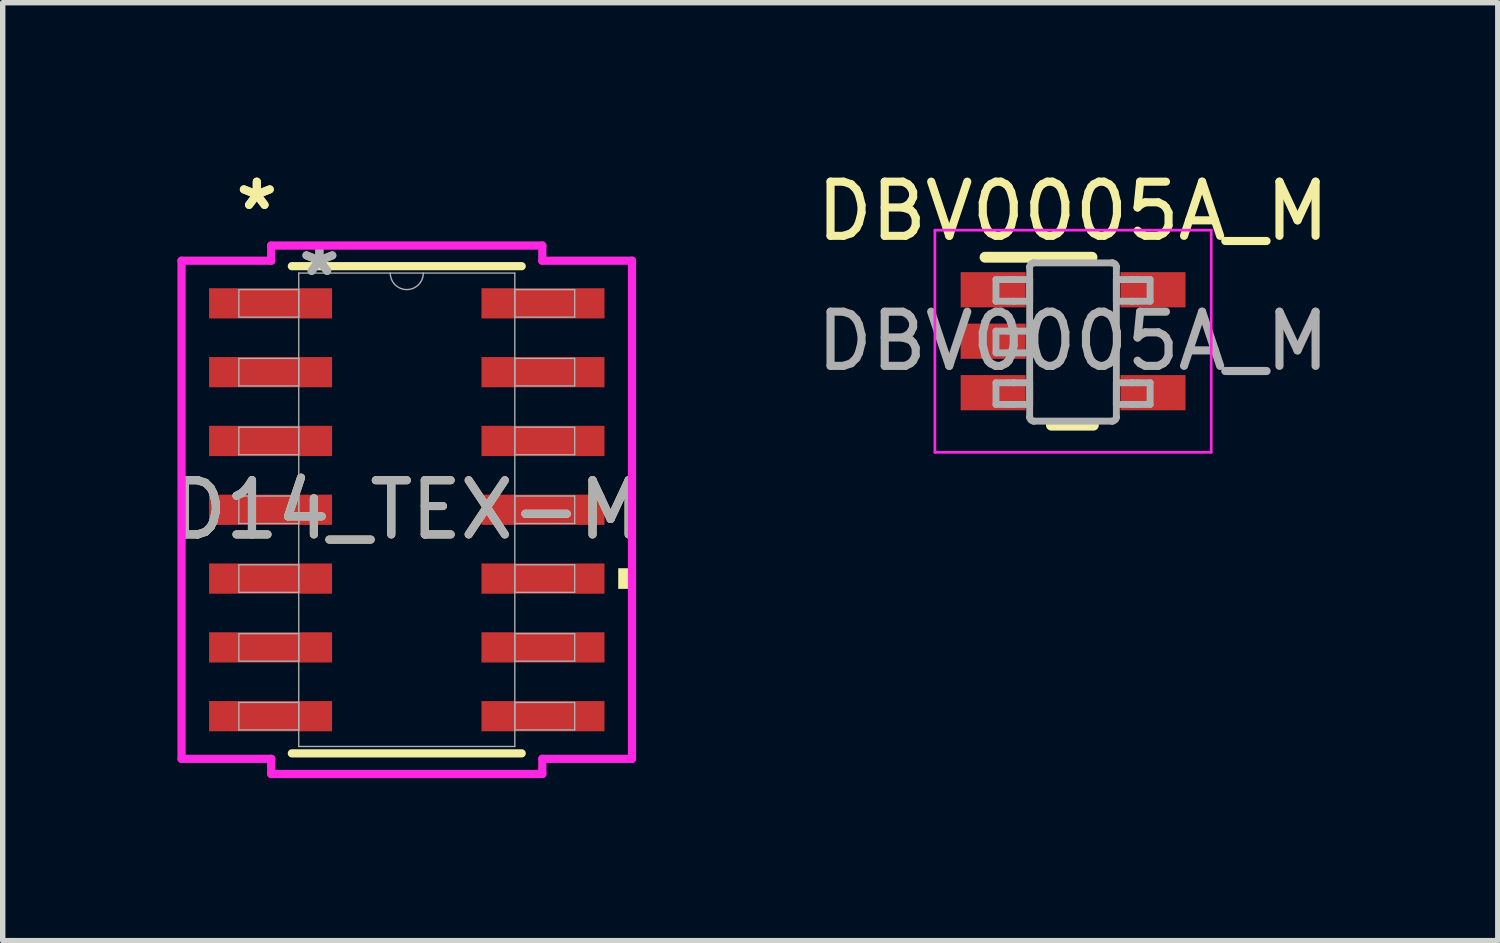
<source format=kicad_pcb>
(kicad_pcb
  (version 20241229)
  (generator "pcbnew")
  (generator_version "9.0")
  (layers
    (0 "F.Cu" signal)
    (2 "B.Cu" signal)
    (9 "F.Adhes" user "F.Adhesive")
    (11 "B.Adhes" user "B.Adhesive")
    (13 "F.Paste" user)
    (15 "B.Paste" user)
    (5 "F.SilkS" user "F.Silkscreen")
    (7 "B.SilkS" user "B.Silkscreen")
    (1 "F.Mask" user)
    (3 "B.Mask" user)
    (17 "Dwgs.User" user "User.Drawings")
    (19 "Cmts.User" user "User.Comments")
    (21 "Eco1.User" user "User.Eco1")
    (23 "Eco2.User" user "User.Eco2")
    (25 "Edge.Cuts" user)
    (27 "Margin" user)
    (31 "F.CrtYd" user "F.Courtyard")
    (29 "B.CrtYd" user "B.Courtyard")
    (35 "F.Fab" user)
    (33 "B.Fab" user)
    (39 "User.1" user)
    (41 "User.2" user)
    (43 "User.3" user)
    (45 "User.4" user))
  (footprint "D14_TEX-M"
    (layer "F.Cu")
    (at 4.458 6.359)
    (property "Reference" "D14_TEX-M" (at 0 0 0) (unlocked yes) (layer "F.SilkS") (effects (font (size 1 1) (thickness 0.15))))
    (attr smd)
    (fp_line (start -2.121 4.496) (end 2.121 4.496) (stroke (width 0.152) (type solid)) (layer "F.SilkS"))
    (fp_line (start 2.121 -4.496) (end -2.121 -4.496) (stroke (width 0.152) (type solid)) (layer "F.SilkS"))
    (fp_poly (pts (xy 4.157 1.079) (xy 4.157 1.46) (xy 3.903 1.46) (xy 3.903 1.079)) (stroke (width 0) (type solid)) (fill yes) (layer "F.SilkS"))
    (fp_line (start -4.157 -4.597) (end -2.502 -4.597) (stroke (width 0.152) (type solid)) (layer "F.CrtYd"))
    (fp_line (start -4.157 4.597) (end -4.157 -4.597) (stroke (width 0.152) (type solid)) (layer "F.CrtYd"))
    (fp_line (start -4.157 4.597) (end -2.502 4.597) (stroke (width 0.152) (type solid)) (layer "F.CrtYd"))
    (fp_line (start -2.502 -4.877) (end 2.502 -4.877) (stroke (width 0.152) (type solid)) (layer "F.CrtYd"))
    (fp_line (start -2.502 -4.597) (end -2.502 -4.877) (stroke (width 0.152) (type solid)) (layer "F.CrtYd"))
    (fp_line (start -2.502 4.877) (end -2.502 4.597) (stroke (width 0.152) (type solid)) (layer "F.CrtYd"))
    (fp_line (start 2.502 -4.877) (end 2.502 -4.597) (stroke (width 0.152) (type solid)) (layer "F.CrtYd"))
    (fp_line (start 2.502 4.597) (end 2.502 4.877) (stroke (width 0.152) (type solid)) (layer "F.CrtYd"))
    (fp_line (start 2.502 4.877) (end -2.502 4.877) (stroke (width 0.152) (type solid)) (layer "F.CrtYd"))
    (fp_line (start 4.157 -4.597) (end 2.502 -4.597) (stroke (width 0.152) (type solid)) (layer "F.CrtYd"))
    (fp_line (start 4.157 -4.597) (end 4.157 4.597) (stroke (width 0.152) (type solid)) (layer "F.CrtYd"))
    (fp_line (start 4.157 4.597) (end 2.502 4.597) (stroke (width 0.152) (type solid)) (layer "F.CrtYd"))
    (fp_line (start -3.099 -4.064) (end -3.099 -3.556) (stroke (width 0.025) (type solid)) (layer "F.Fab"))
    (fp_line (start -3.099 -3.556) (end -1.994 -3.556) (stroke (width 0.025) (type solid)) (layer "F.Fab"))
    (fp_line (start -3.099 -2.794) (end -3.099 -2.286) (stroke (width 0.025) (type solid)) (layer "F.Fab"))
    (fp_line (start -3.099 -2.286) (end -1.994 -2.286) (stroke (width 0.025) (type solid)) (layer "F.Fab"))
    (fp_line (start -3.099 -1.524) (end -3.099 -1.016) (stroke (width 0.025) (type solid)) (layer "F.Fab"))
    (fp_line (start -3.099 -1.016) (end -1.994 -1.016) (stroke (width 0.025) (type solid)) (layer "F.Fab"))
    (fp_line (start -3.099 -0.254) (end -3.099 0.254) (stroke (width 0.025) (type solid)) (layer "F.Fab"))
    (fp_line (start -3.099 0.254) (end -1.994 0.254) (stroke (width 0.025) (type solid)) (layer "F.Fab"))
    (fp_line (start -3.099 1.016) (end -3.099 1.524) (stroke (width 0.025) (type solid)) (layer "F.Fab"))
    (fp_line (start -3.099 1.524) (end -1.994 1.524) (stroke (width 0.025) (type solid)) (layer "F.Fab"))
    (fp_line (start -3.099 2.286) (end -3.099 2.794) (stroke (width 0.025) (type solid)) (layer "F.Fab"))
    (fp_line (start -3.099 2.794) (end -1.994 2.794) (stroke (width 0.025) (type solid)) (layer "F.Fab"))
    (fp_line (start -3.099 3.556) (end -3.099 4.064) (stroke (width 0.025) (type solid)) (layer "F.Fab"))
    (fp_line (start -3.099 4.064) (end -1.994 4.064) (stroke (width 0.025) (type solid)) (layer "F.Fab"))
    (fp_line (start -1.994 -4.369) (end -1.994 4.369) (stroke (width 0.025) (type solid)) (layer "F.Fab"))
    (fp_line (start -1.994 -4.064) (end -3.099 -4.064) (stroke (width 0.025) (type solid)) (layer "F.Fab"))
    (fp_line (start -1.994 -3.556) (end -1.994 -4.064) (stroke (width 0.025) (type solid)) (layer "F.Fab"))
    (fp_line (start -1.994 -2.794) (end -3.099 -2.794) (stroke (width 0.025) (type solid)) (layer "F.Fab"))
    (fp_line (start -1.994 -2.286) (end -1.994 -2.794) (stroke (width 0.025) (type solid)) (layer "F.Fab"))
    (fp_line (start -1.994 -1.524) (end -3.099 -1.524) (stroke (width 0.025) (type solid)) (layer "F.Fab"))
    (fp_line (start -1.994 -1.016) (end -1.994 -1.524) (stroke (width 0.025) (type solid)) (layer "F.Fab"))
    (fp_line (start -1.994 -0.254) (end -3.099 -0.254) (stroke (width 0.025) (type solid)) (layer "F.Fab"))
    (fp_line (start -1.994 0.254) (end -1.994 -0.254) (stroke (width 0.025) (type solid)) (layer "F.Fab"))
    (fp_line (start -1.994 1.016) (end -3.099 1.016) (stroke (width 0.025) (type solid)) (layer "F.Fab"))
    (fp_line (start -1.994 1.524) (end -1.994 1.016) (stroke (width 0.025) (type solid)) (layer "F.Fab"))
    (fp_line (start -1.994 2.286) (end -3.099 2.286) (stroke (width 0.025) (type solid)) (layer "F.Fab"))
    (fp_line (start -1.994 2.794) (end -1.994 2.286) (stroke (width 0.025) (type solid)) (layer "F.Fab"))
    (fp_line (start -1.994 3.556) (end -3.099 3.556) (stroke (width 0.025) (type solid)) (layer "F.Fab"))
    (fp_line (start -1.994 4.064) (end -1.994 3.556) (stroke (width 0.025) (type solid)) (layer "F.Fab"))
    (fp_line (start -1.994 4.369) (end 1.994 4.369) (stroke (width 0.025) (type solid)) (layer "F.Fab"))
    (fp_line (start 1.994 -4.369) (end -1.994 -4.369) (stroke (width 0.025) (type solid)) (layer "F.Fab"))
    (fp_line (start 1.994 -4.064) (end 1.994 -3.556) (stroke (width 0.025) (type solid)) (layer "F.Fab"))
    (fp_line (start 1.994 -3.556) (end 3.099 -3.556) (stroke (width 0.025) (type solid)) (layer "F.Fab"))
    (fp_line (start 1.994 -2.794) (end 1.994 -2.286) (stroke (width 0.025) (type solid)) (layer "F.Fab"))
    (fp_line (start 1.994 -2.286) (end 3.099 -2.286) (stroke (width 0.025) (type solid)) (layer "F.Fab"))
    (fp_line (start 1.994 -1.524) (end 1.994 -1.016) (stroke (width 0.025) (type solid)) (layer "F.Fab"))
    (fp_line (start 1.994 -1.016) (end 3.099 -1.016) (stroke (width 0.025) (type solid)) (layer "F.Fab"))
    (fp_line (start 1.994 -0.254) (end 1.994 0.254) (stroke (width 0.025) (type solid)) (layer "F.Fab"))
    (fp_line (start 1.994 0.254) (end 3.099 0.254) (stroke (width 0.025) (type solid)) (layer "F.Fab"))
    (fp_line (start 1.994 1.016) (end 1.994 1.524) (stroke (width 0.025) (type solid)) (layer "F.Fab"))
    (fp_line (start 1.994 1.524) (end 3.099 1.524) (stroke (width 0.025) (type solid)) (layer "F.Fab"))
    (fp_line (start 1.994 2.286) (end 1.994 2.794) (stroke (width 0.025) (type solid)) (layer "F.Fab"))
    (fp_line (start 1.994 2.794) (end 3.099 2.794) (stroke (width 0.025) (type solid)) (layer "F.Fab"))
    (fp_line (start 1.994 3.556) (end 1.994 4.064) (stroke (width 0.025) (type solid)) (layer "F.Fab"))
    (fp_line (start 1.994 4.064) (end 3.099 4.064) (stroke (width 0.025) (type solid)) (layer "F.Fab"))
    (fp_line (start 1.994 4.369) (end 1.994 -4.369) (stroke (width 0.025) (type solid)) (layer "F.Fab"))
    (fp_line (start 3.099 -4.064) (end 1.994 -4.064) (stroke (width 0.025) (type solid)) (layer "F.Fab"))
    (fp_line (start 3.099 -3.556) (end 3.099 -4.064) (stroke (width 0.025) (type solid)) (layer "F.Fab"))
    (fp_line (start 3.099 -2.794) (end 1.994 -2.794) (stroke (width 0.025) (type solid)) (layer "F.Fab"))
    (fp_line (start 3.099 -2.286) (end 3.099 -2.794) (stroke (width 0.025) (type solid)) (layer "F.Fab"))
    (fp_line (start 3.099 -1.524) (end 1.994 -1.524) (stroke (width 0.025) (type solid)) (layer "F.Fab"))
    (fp_line (start 3.099 -1.016) (end 3.099 -1.524) (stroke (width 0.025) (type solid)) (layer "F.Fab"))
    (fp_line (start 3.099 -0.254) (end 1.994 -0.254) (stroke (width 0.025) (type solid)) (layer "F.Fab"))
    (fp_line (start 3.099 0.254) (end 3.099 -0.254) (stroke (width 0.025) (type solid)) (layer "F.Fab"))
    (fp_line (start 3.099 1.016) (end 1.994 1.016) (stroke (width 0.025) (type solid)) (layer "F.Fab"))
    (fp_line (start 3.099 1.524) (end 3.099 1.016) (stroke (width 0.025) (type solid)) (layer "F.Fab"))
    (fp_line (start 3.099 2.286) (end 1.994 2.286) (stroke (width 0.025) (type solid)) (layer "F.Fab"))
    (fp_line (start 3.099 2.794) (end 3.099 2.286) (stroke (width 0.025) (type solid)) (layer "F.Fab"))
    (fp_line (start 3.099 3.556) (end 1.994 3.556) (stroke (width 0.025) (type solid)) (layer "F.Fab"))
    (fp_line (start 3.099 4.064) (end 3.099 3.556) (stroke (width 0.025) (type solid)) (layer "F.Fab"))
    (fp_arc (start 0.3048 -4.3688) (mid 0 -4.064) (end -0.3048 -4.3688) (stroke (width 0.0254) (type solid)) (layer "F.Fab"))
    (fp_text user "*" (at -2.768 -5.511 0) (unlocked yes) (layer "F.SilkS") (effects (font (size 1 1) (thickness 0.15))))
    (fp_text user "*" (at -2.768 -5.511 0) (layer "F.SilkS") (effects (font (size 1 1) (thickness 0.15))))
    (fp_text user "*" (at -1.613 -4.293 0) (layer "F.Fab") (effects (font (size 1 1) (thickness 0.15))))
    (fp_text user "*" (at -1.613 -4.293 0) (unlocked yes) (layer "F.Fab") (effects (font (size 1 1) (thickness 0.15))))
    (fp_text user "${REFERENCE}" (at 0 0 0) (unlocked yes) (layer "F.Fab") (effects (font (size 1 1) (thickness 0.15))))
    (pad "1" smd rect (at -2.514 -3.81) (size 2.27 0.558) (layers "F.Cu" "F.Mask" "F.Paste"))
    (pad "2" smd rect (at -2.514 -2.54) (size 2.27 0.558) (layers "F.Cu" "F.Mask" "F.Paste"))
    (pad "3" smd rect (at -2.514 -1.27) (size 2.27 0.558) (layers "F.Cu" "F.Mask" "F.Paste"))
    (pad "4" smd rect (at -2.514 0) (size 2.27 0.558) (layers "F.Cu" "F.Mask" "F.Paste"))
    (pad "5" smd rect (at -2.514 1.27) (size 2.27 0.558) (layers "F.Cu" "F.Mask" "F.Paste"))
    (pad "6" smd rect (at -2.514 2.54) (size 2.27 0.558) (layers "F.Cu" "F.Mask" "F.Paste"))
    (pad "7" smd rect (at -2.514 3.81) (size 2.27 0.558) (layers "F.Cu" "F.Mask" "F.Paste"))
    (pad "8" smd rect (at 2.514 3.81) (size 2.27 0.558) (layers "F.Cu" "F.Mask" "F.Paste"))
    (pad "9" smd rect (at 2.514 2.54) (size 2.27 0.558) (layers "F.Cu" "F.Mask" "F.Paste"))
    (pad "10" smd rect (at 2.514 1.27) (size 2.27 0.558) (layers "F.Cu" "F.Mask" "F.Paste"))
    (pad "11" smd rect (at 2.514 0) (size 2.27 0.558) (layers "F.Cu" "F.Mask" "F.Paste"))
    (pad "12" smd rect (at 2.514 -1.27) (size 2.27 0.558) (layers "F.Cu" "F.Mask" "F.Paste"))
    (pad "13" smd rect (at 2.514 -2.54) (size 2.27 0.558) (layers "F.Cu" "F.Mask" "F.Paste"))
    (pad "14" smd rect (at 2.514 -3.81) (size 2.27 0.558) (layers "F.Cu" "F.Mask" "F.Paste")))
  (footprint "DBV0005A_M"
    (layer "F.Cu")
    (at 16.756 3.248)
    (property "Reference" "DBV0005A_M" (at 0 -2.4 0) (unlocked yes) (layer "F.SilkS") (effects (font (size 1 1) (thickness 0.15))))
    (attr smd)
    (fp_line (start -1.625 -1.55) (end 0.35 -1.55) (stroke (width 0.2) (type solid)) (layer "F.SilkS"))
    (fp_line (start -0.4 1.55) (end 0.375 1.55) (stroke (width 0.2) (type solid)) (layer "F.SilkS"))
    (fp_line (start -2.55 -2.05) (end 2.55 -2.05) (stroke (width 0.05) (type solid)) (layer "F.CrtYd"))
    (fp_line (start -2.55 2.05) (end -2.55 -2.05) (stroke (width 0.05) (type solid)) (layer "F.CrtYd"))
    (fp_line (start -2.55 2.05) (end 2.55 2.05) (stroke (width 0.05) (type solid)) (layer "F.CrtYd"))
    (fp_line (start 2.55 2.05) (end 2.55 -2.05) (stroke (width 0.05) (type solid)) (layer "F.CrtYd"))
    (fp_line (start -1.423 -1.138) (end -1.199 -1.138) (stroke (width 0.127) (type solid)) (layer "F.Fab"))
    (fp_line (start -1.423 -0.738) (end -1.423 -1.138) (stroke (width 0.127) (type solid)) (layer "F.Fab"))
    (fp_line (start -1.423 -0.738) (end -1.199 -0.738) (stroke (width 0.127) (type solid)) (layer "F.Fab"))
    (fp_line (start -1.423 -0.186) (end -1.199 -0.186) (stroke (width 0.127) (type solid)) (layer "F.Fab"))
    (fp_line (start -1.423 0.215) (end -1.423 -0.186) (stroke (width 0.127) (type solid)) (layer "F.Fab"))
    (fp_line (start -1.423 0.215) (end -1.199 0.215) (stroke (width 0.127) (type solid)) (layer "F.Fab"))
    (fp_line (start -1.423 0.767) (end -1.199 0.767) (stroke (width 0.127) (type solid)) (layer "F.Fab"))
    (fp_line (start -1.423 1.167) (end -1.423 0.767) (stroke (width 0.127) (type solid)) (layer "F.Fab"))
    (fp_line (start -1.423 1.167) (end -1.199 1.167) (stroke (width 0.127) (type solid)) (layer "F.Fab"))
    (fp_line (start -1.199 -1.138) (end -1.105 -1.138) (stroke (width 0.127) (type solid)) (layer "F.Fab"))
    (fp_line (start -1.199 -0.738) (end -1.105 -0.738) (stroke (width 0.127) (type solid)) (layer "F.Fab"))
    (fp_line (start -1.199 -0.186) (end -1.105 -0.186) (stroke (width 0.127) (type solid)) (layer "F.Fab"))
    (fp_line (start -1.199 0.215) (end -1.105 0.215) (stroke (width 0.127) (type solid)) (layer "F.Fab"))
    (fp_line (start -1.199 0.767) (end -1.105 0.767) (stroke (width 0.127) (type solid)) (layer "F.Fab"))
    (fp_line (start -1.199 1.167) (end -1.105 1.167) (stroke (width 0.127) (type solid)) (layer "F.Fab"))
    (fp_line (start -1.105 -1.138) (end -1.088 -1.138) (stroke (width 0.127) (type solid)) (layer "F.Fab"))
    (fp_line (start -1.105 -0.738) (end -1.088 -0.738) (stroke (width 0.127) (type solid)) (layer "F.Fab"))
    (fp_line (start -1.105 -0.186) (end -1.088 -0.186) (stroke (width 0.127) (type solid)) (layer "F.Fab"))
    (fp_line (start -1.105 0.215) (end -1.088 0.215) (stroke (width 0.127) (type solid)) (layer "F.Fab"))
    (fp_line (start -1.105 0.767) (end -1.088 0.767) (stroke (width 0.127) (type solid)) (layer "F.Fab"))
    (fp_line (start -1.105 1.167) (end -1.088 1.167) (stroke (width 0.127) (type solid)) (layer "F.Fab"))
    (fp_line (start -1.088 -1.138) (end -0.835 -1.138) (stroke (width 0.127) (type solid)) (layer "F.Fab"))
    (fp_line (start -1.088 -0.738) (end -0.835 -0.738) (stroke (width 0.127) (type solid)) (layer "F.Fab"))
    (fp_line (start -1.088 -0.186) (end -0.835 -0.186) (stroke (width 0.127) (type solid)) (layer "F.Fab"))
    (fp_line (start -1.088 0.215) (end -0.835 0.215) (stroke (width 0.127) (type solid)) (layer "F.Fab"))
    (fp_line (start -1.088 0.767) (end -0.835 0.767) (stroke (width 0.127) (type solid)) (layer "F.Fab"))
    (fp_line (start -1.088 1.167) (end -0.835 1.167) (stroke (width 0.127) (type solid)) (layer "F.Fab"))
    (fp_line (start -0.835 -1.138) (end -0.801 -1.138) (stroke (width 0.127) (type solid)) (layer "F.Fab"))
    (fp_line (start -0.835 -0.738) (end -0.801 -0.738) (stroke (width 0.127) (type solid)) (layer "F.Fab"))
    (fp_line (start -0.835 -0.186) (end -0.801 -0.186) (stroke (width 0.127) (type solid)) (layer "F.Fab"))
    (fp_line (start -0.835 0.215) (end -0.801 0.215) (stroke (width 0.127) (type solid)) (layer "F.Fab"))
    (fp_line (start -0.835 0.767) (end -0.801 0.767) (stroke (width 0.127) (type solid)) (layer "F.Fab"))
    (fp_line (start -0.835 1.167) (end -0.801 1.167) (stroke (width 0.127) (type solid)) (layer "F.Fab"))
    (fp_line (start -0.801 -1.37) (end -0.801 -1.371) (stroke (width 0.127) (type solid)) (layer "F.Fab"))
    (fp_line (start -0.801 -0.738) (end -0.801 -1.138) (stroke (width 0.127) (type solid)) (layer "F.Fab"))
    (fp_line (start -0.801 0.215) (end -0.801 -0.186) (stroke (width 0.127) (type solid)) (layer "F.Fab"))
    (fp_line (start -0.801 1.167) (end -0.801 0.767) (stroke (width 0.127) (type solid)) (layer "F.Fab"))
    (fp_line (start -0.801 1.399) (end -0.801 -1.37) (stroke (width 0.127) (type solid)) (layer "F.Fab"))
    (fp_line (start -0.801 1.4) (end -0.801 1.399) (stroke (width 0.127) (type solid)) (layer "F.Fab"))
    (fp_line (start -0.725 -1.446) (end -0.725 -1.446) (stroke (width 0.127) (type solid)) (layer "F.Fab"))
    (fp_line (start -0.725 1.475) (end -0.725 1.475) (stroke (width 0.127) (type solid)) (layer "F.Fab"))
    (fp_line (start -0.725 -1.446) (end 0.723 -1.446) (stroke (width 0.127) (type solid)) (layer "F.Fab"))
    (fp_line (start -0.725 1.475) (end 0.723 1.475) (stroke (width 0.127) (type solid)) (layer "F.Fab"))
    (fp_line (start 0.723 -1.446) (end 0.724 -1.446) (stroke (width 0.127) (type solid)) (layer "F.Fab"))
    (fp_line (start 0.723 1.475) (end 0.724 1.475) (stroke (width 0.127) (type solid)) (layer "F.Fab"))
    (fp_line (start 0.799 -1.37) (end 0.799 -1.371) (stroke (width 0.127) (type solid)) (layer "F.Fab"))
    (fp_line (start 0.799 -1.138) (end 0.834 -1.138) (stroke (width 0.127) (type solid)) (layer "F.Fab"))
    (fp_line (start 0.799 -0.738) (end 0.799 -1.138) (stroke (width 0.127) (type solid)) (layer "F.Fab"))
    (fp_line (start 0.799 -0.738) (end 0.834 -0.738) (stroke (width 0.127) (type solid)) (layer "F.Fab"))
    (fp_line (start 0.799 0.767) (end 0.834 0.767) (stroke (width 0.127) (type solid)) (layer "F.Fab"))
    (fp_line (start 0.799 1.167) (end 0.799 0.767) (stroke (width 0.127) (type solid)) (layer "F.Fab"))
    (fp_line (start 0.799 1.167) (end 0.834 1.167) (stroke (width 0.127) (type solid)) (layer "F.Fab"))
    (fp_line (start 0.799 1.399) (end 0.799 -1.37) (stroke (width 0.127) (type solid)) (layer "F.Fab"))
    (fp_line (start 0.799 1.4) (end 0.799 1.399) (stroke (width 0.127) (type solid)) (layer "F.Fab"))
    (fp_line (start 0.834 -1.138) (end 1.087 -1.138) (stroke (width 0.127) (type solid)) (layer "F.Fab"))
    (fp_line (start 0.834 -0.738) (end 1.087 -0.738) (stroke (width 0.127) (type solid)) (layer "F.Fab"))
    (fp_line (start 0.834 0.767) (end 1.087 0.767) (stroke (width 0.127) (type solid)) (layer "F.Fab"))
    (fp_line (start 0.834 1.167) (end 1.087 1.167) (stroke (width 0.127) (type solid)) (layer "F.Fab"))
    (fp_line (start 1.087 -1.138) (end 1.103 -1.138) (stroke (width 0.127) (type solid)) (layer "F.Fab"))
    (fp_line (start 1.087 -0.738) (end 1.103 -0.738) (stroke (width 0.127) (type solid)) (layer "F.Fab"))
    (fp_line (start 1.087 0.767) (end 1.103 0.767) (stroke (width 0.127) (type solid)) (layer "F.Fab"))
    (fp_line (start 1.087 1.167) (end 1.103 1.167) (stroke (width 0.127) (type solid)) (layer "F.Fab"))
    (fp_line (start 1.103 -1.138) (end 1.198 -1.138) (stroke (width 0.127) (type solid)) (layer "F.Fab"))
    (fp_line (start 1.103 -0.738) (end 1.198 -0.738) (stroke (width 0.127) (type solid)) (layer "F.Fab"))
    (fp_line (start 1.103 0.767) (end 1.198 0.767) (stroke (width 0.127) (type solid)) (layer "F.Fab"))
    (fp_line (start 1.103 1.167) (end 1.198 1.167) (stroke (width 0.127) (type solid)) (layer "F.Fab"))
    (fp_line (start 1.198 -1.138) (end 1.422 -1.138) (stroke (width 0.127) (type solid)) (layer "F.Fab"))
    (fp_line (start 1.198 -0.738) (end 1.422 -0.738) (stroke (width 0.127) (type solid)) (layer "F.Fab"))
    (fp_line (start 1.198 0.767) (end 1.422 0.767) (stroke (width 0.127) (type solid)) (layer "F.Fab"))
    (fp_line (start 1.198 1.167) (end 1.422 1.167) (stroke (width 0.127) (type solid)) (layer "F.Fab"))
    (fp_line (start 1.422 -0.738) (end 1.422 -1.138) (stroke (width 0.127) (type solid)) (layer "F.Fab"))
    (fp_line (start 1.422 1.167) (end 1.422 0.767) (stroke (width 0.127) (type solid)) (layer "F.Fab"))
    (fp_arc (start -0.80074 -1.37084) (mid -0.778218 -1.423887) (end -0.724999 -1.445998) (stroke (width 0.127) (type solid)) (layer "F.Fab"))
    (fp_arc (start -0.724999 1.475) (mid -0.778213 1.452901) (end -0.80074 1.399867) (stroke (width 0.127) (type solid)) (layer "F.Fab"))
    (fp_arc (start 0.723714 -1.445998) (mid 0.776933 -1.423887) (end 0.799455 -1.37084) (stroke (width 0.127) (type solid)) (layer "F.Fab"))
    (fp_arc (start 0.799455 1.399868) (mid 0.776927 1.452901) (end 0.723713 1.475) (stroke (width 0.127) (type solid)) (layer "F.Fab"))
    (fp_text user "${REFERENCE}" (at 0 0 0) (unlocked yes) (layer "F.Fab") (effects (font (size 1 1) (thickness 0.15))))
    (pad "1" smd rect (at -1.475 -0.95 90) (size 0.65 1.2) (layers "F.Cu" "F.Mask" "F.Paste"))
    (pad "2" smd rect (at -1.475 0 90) (size 0.65 1.2) (layers "F.Cu" "F.Mask" "F.Paste"))
    (pad "3" smd rect (at -1.475 0.95 90) (size 0.65 1.2) (layers "F.Cu" "F.Mask" "F.Paste"))
    (pad "4" smd rect (at 1.475 0.95 90) (size 0.65 1.2) (layers "F.Cu" "F.Mask" "F.Paste"))
    (pad "5" smd rect (at 1.475 -0.95 90) (size 0.65 1.2) (layers "F.Cu" "F.Mask" "F.Paste")))
  (gr_rect
    (start -3 -3)
    (end 24.595 14.312)
    (stroke (width 0.1) (type default))
    (fill no)
    (layer "Edge.Cuts")))
</source>
